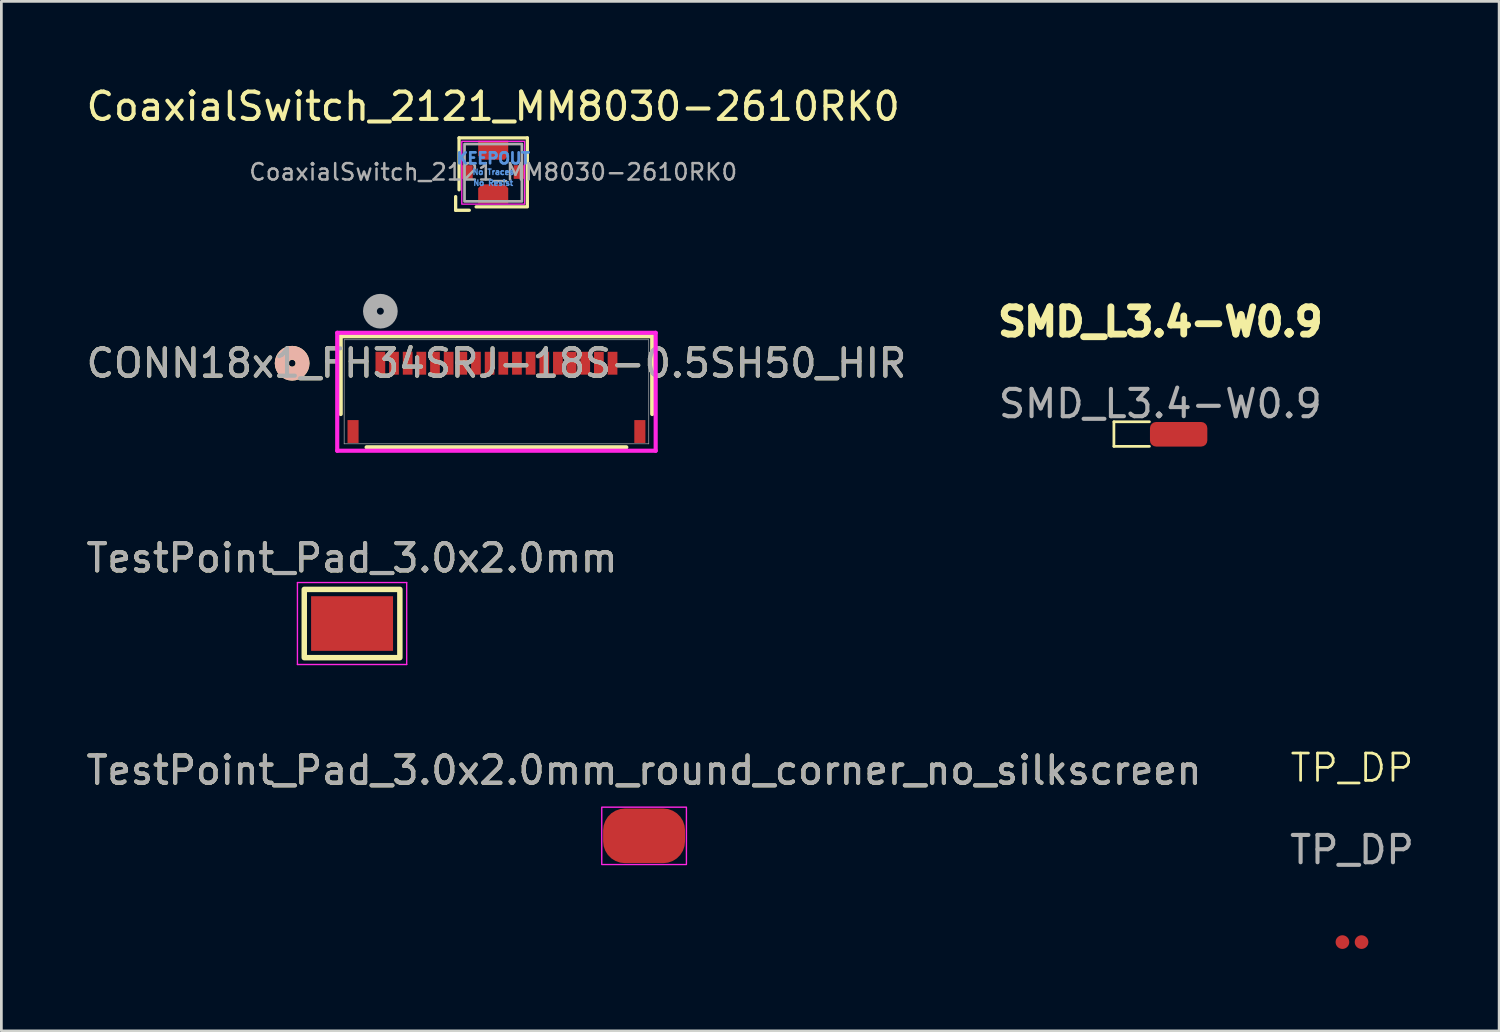
<source format=kicad_pcb>
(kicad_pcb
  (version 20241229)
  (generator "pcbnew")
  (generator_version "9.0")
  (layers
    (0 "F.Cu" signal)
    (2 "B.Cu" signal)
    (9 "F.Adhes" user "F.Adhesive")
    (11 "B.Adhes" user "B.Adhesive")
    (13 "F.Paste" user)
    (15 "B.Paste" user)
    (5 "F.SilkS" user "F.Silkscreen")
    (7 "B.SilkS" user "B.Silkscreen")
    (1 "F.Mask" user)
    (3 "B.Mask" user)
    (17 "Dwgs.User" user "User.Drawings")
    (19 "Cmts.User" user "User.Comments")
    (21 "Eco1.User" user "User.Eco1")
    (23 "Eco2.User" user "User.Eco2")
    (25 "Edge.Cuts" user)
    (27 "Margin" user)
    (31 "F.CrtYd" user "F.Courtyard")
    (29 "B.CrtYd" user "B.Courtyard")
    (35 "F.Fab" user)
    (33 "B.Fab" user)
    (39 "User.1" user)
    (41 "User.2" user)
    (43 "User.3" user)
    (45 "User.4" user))
  (footprint "SMD_L3.4-W0.9"
    (layer "F.Cu")
    (at 39.43 12.899)
    (property "Reference" "SMD_L3.4-W0.9" (at 0 -4.167 0) (unlocked yes) (layer "F.SilkS") (effects (font (size 1 1) (thickness 0.25))))
    (attr smd)
    (fp_line (start -1.7 -0.508) (end -1.7 0.392) (stroke (width 0.1) (type default)) (layer "F.SilkS"))
    (fp_line (start -1.7 -0.508) (end -0.4 -0.508) (stroke (width 0.1) (type default)) (layer "F.SilkS"))
    (fp_line (start -1.7 0.392) (end -0.4 0.392) (stroke (width 0.1) (type default)) (layer "F.SilkS"))
    (fp_text user "${REFERENCE}" (at 0 -1.167 0) (unlocked yes) (layer "F.Fab") (effects (font (size 1 1) (thickness 0.15))))
    (pad "1" smd roundrect (at 0.67 -0.05) (size 2.1 0.9) (layers "F.Cu" "F.Mask" "F.Paste") (roundrect_rratio 0.25)))
  (footprint "CONN18x1_FH34SRJ-18S-0.5SH50_HIR"
    (layer "F.Cu")
    (at 15.125 11.293)
    (property "Reference" "CONN18x1_FH34SRJ-18S-0.5SH50_HIR" (at 0 -1.045 0) (unlocked yes) (layer "F.SilkS") (effects (font (size 1 1) (thickness 0.15))))
    (attr smd)
    (fp_line (start -5.702 -2.032) (end -5.702 0.815) (stroke (width 0.152) (type solid)) (layer "F.SilkS"))
    (fp_line (start -4.754 2.032) (end 4.754 2.032) (stroke (width 0.152) (type solid)) (layer "F.SilkS"))
    (fp_line (start 5.702 -2.032) (end -5.702 -2.032) (stroke (width 0.152) (type solid)) (layer "F.SilkS"))
    (fp_line (start 5.702 0.815) (end 5.702 -2.032) (stroke (width 0.152) (type solid)) (layer "F.SilkS"))
    (fp_circle (center -7.48 -1.045) (end -7.099 -1.045) (stroke (width 0.508) (type solid)) (fill no) (layer "F.SilkS"))
    (fp_circle (center -7.48 -1.045) (end -7.099 -1.045) (stroke (width 0.508) (type solid)) (fill no) (layer "B.SilkS"))
    (fp_line (start -5.829 -2.159) (end -5.829 2.159) (stroke (width 0.152) (type solid)) (layer "F.CrtYd"))
    (fp_line (start -5.829 2.159) (end 5.829 2.159) (stroke (width 0.152) (type solid)) (layer "F.CrtYd"))
    (fp_line (start 5.829 -2.159) (end -5.829 -2.159) (stroke (width 0.152) (type solid)) (layer "F.CrtYd"))
    (fp_line (start 5.829 2.159) (end 5.829 -2.159) (stroke (width 0.152) (type solid)) (layer "F.CrtYd"))
    (fp_line (start -5.575 -1.905) (end -5.575 1.905) (stroke (width 0.025) (type solid)) (layer "F.Fab"))
    (fp_line (start -5.575 1.905) (end 5.575 1.905) (stroke (width 0.025) (type solid)) (layer "F.Fab"))
    (fp_line (start 5.575 -1.905) (end -5.575 -1.905) (stroke (width 0.025) (type solid)) (layer "F.Fab"))
    (fp_line (start 5.575 1.905) (end 5.575 -1.905) (stroke (width 0.025) (type solid)) (layer "F.Fab"))
    (fp_circle (center -4.25 -2.95) (end -3.869 -2.95) (stroke (width 0.508) (type solid)) (fill no) (layer "F.Fab"))
    (fp_text user "${REFERENCE}" (at 0 -1.045 0) (unlocked yes) (layer "F.Fab") (effects (font (size 1 1) (thickness 0.15))))
    (pad "1" smd rect (at -4.25 -1.045) (size 0.356 0.838) (layers "F.Cu" "F.Mask" "F.Paste"))
    (pad "2" smd rect (at -3.75 -1.045) (size 0.356 0.838) (layers "F.Cu" "F.Mask" "F.Paste"))
    (pad "3" smd rect (at -3.25 -1.045) (size 0.356 0.838) (layers "F.Cu" "F.Mask" "F.Paste"))
    (pad "4" smd rect (at -2.75 -1.045) (size 0.356 0.838) (layers "F.Cu" "F.Mask" "F.Paste"))
    (pad "5" smd rect (at -2.25 -1.045) (size 0.356 0.838) (layers "F.Cu" "F.Mask" "F.Paste"))
    (pad "6" smd rect (at -1.75 -1.045) (size 0.356 0.838) (layers "F.Cu" "F.Mask" "F.Paste"))
    (pad "7" smd rect (at -1.25 -1.045) (size 0.356 0.838) (layers "F.Cu" "F.Mask" "F.Paste"))
    (pad "8" smd rect (at -0.75 -1.045) (size 0.356 0.838) (layers "F.Cu" "F.Mask" "F.Paste"))
    (pad "9" smd rect (at -0.25 -1.045) (size 0.356 0.838) (layers "F.Cu" "F.Mask" "F.Paste"))
    (pad "10" smd rect (at 0.25 -1.045) (size 0.356 0.838) (layers "F.Cu" "F.Mask" "F.Paste"))
    (pad "11" smd rect (at 0.75 -1.045) (size 0.356 0.838) (layers "F.Cu" "F.Mask" "F.Paste"))
    (pad "12" smd rect (at 1.25 -1.045) (size 0.356 0.838) (layers "F.Cu" "F.Mask" "F.Paste"))
    (pad "13" smd rect (at 1.75 -1.045) (size 0.356 0.838) (layers "F.Cu" "F.Mask" "F.Paste"))
    (pad "14" smd rect (at 2.25 -1.045) (size 0.356 0.838) (layers "F.Cu" "F.Mask" "F.Paste"))
    (pad "15" smd rect (at 2.75 -1.045) (size 0.356 0.838) (layers "F.Cu" "F.Mask" "F.Paste"))
    (pad "16" smd rect (at 3.25 -1.045) (size 0.356 0.838) (layers "F.Cu" "F.Mask" "F.Paste"))
    (pad "17" smd rect (at 3.75 -1.045) (size 0.356 0.838) (layers "F.Cu" "F.Mask" "F.Paste"))
    (pad "18" smd rect (at 4.25 -1.045) (size 0.356 0.838) (layers "F.Cu" "F.Mask" "F.Paste"))
    (pad "19" smd rect (at -5.25 1.455) (size 0.406 0.838) (layers "F.Cu" "F.Mask" "F.Paste"))
    (pad "20" smd rect (at 5.25 1.455) (size 0.406 0.838) (layers "F.Cu" "F.Mask" "F.Paste")))
  (footprint "TestPoint_Pad_3.0x2.0mm_round_corner_no_silkscreen"
    (layer "F.Cu")
    (at 20.53 27.55)
    (property "Reference" "TestPoint_Pad_3.0x2.0mm_round_corner_no_silkscreen" (at 0 -2.398 0) (layer "F.SilkS") (effects (font (size 1 1) (thickness 0.15))))
    (attr exclude_from_pos_files exclude_from_bom)
    (fp_rect (start -1.55 -1.05) (end 1.55 1.05) (stroke (width 0.05) (type default)) (fill no) (layer "F.CrtYd"))
    (fp_text user "${REFERENCE}" (at 0 -2.4 0) (layer "F.Fab") (effects (font (size 1 1) (thickness 0.15))))
    (pad "1" smd roundrect (at 0 0) (size 3 2) (layers "F.Cu" "F.Mask") (roundrect_rratio 0.4)))
  (footprint "TestPoint_Pad_3.0x2.0mm"
    (layer "F.Cu")
    (at 9.839 19.777)
    (property "Reference" "TestPoint_Pad_3.0x2.0mm" (at 0 -2.398 0) (layer "F.SilkS") (effects (font (size 1 1) (thickness 0.15))))
    (attr exclude_from_pos_files exclude_from_bom)
    (fp_rect (start -1.75 -1.25) (end 1.75 1.25) (stroke (width 0.2) (type default)) (fill no) (layer "F.SilkS"))
    (fp_line (start -2 -1.5) (end -2 1.5) (stroke (width 0.05) (type solid)) (layer "F.CrtYd"))
    (fp_line (start -2 -1.5) (end 2 -1.5) (stroke (width 0.05) (type solid)) (layer "F.CrtYd"))
    (fp_line (start 2 1.5) (end -2 1.5) (stroke (width 0.05) (type solid)) (layer "F.CrtYd"))
    (fp_line (start 2 1.5) (end 2 -1.5) (stroke (width 0.05) (type solid)) (layer "F.CrtYd"))
    (fp_text user "${REFERENCE}" (at 0 -2.4 0) (layer "F.Fab") (effects (font (size 1 1) (thickness 0.15))))
    (pad "1" smd rect (at 0 0) (size 3 2) (layers "F.Cu" "F.Mask")))
  (footprint "CoaxialSwitch_2121_MM8030-2610RK0"
    (layer "F.Cu")
    (at 15.006 3.248)
    (property "Reference" "CoaxialSwitch_2121_MM8030-2610RK0" (at 0 -2.4 180) (layer "F.SilkS") (effects (font (size 1 1) (thickness 0.15))))
    (attr smd)
    (fp_line (start -1.375 0.9) (end -1.375 1.4) (stroke (width 0.12) (type solid)) (layer "F.SilkS"))
    (fp_line (start -1.375 1.4) (end -0.875 1.4) (stroke (width 0.12) (type solid)) (layer "F.SilkS"))
    (fp_line (start -1.25 -1.25) (end -1.25 0.65) (stroke (width 0.12) (type solid)) (layer "F.SilkS"))
    (fp_line (start -1.25 -1.25) (end 1.25 -1.25) (stroke (width 0.12) (type solid)) (layer "F.SilkS"))
    (fp_line (start 1.25 -1.25) (end 1.25 1.25) (stroke (width 0.12) (type solid)) (layer "F.SilkS"))
    (fp_line (start 1.25 1.275) (end -0.625 1.275) (stroke (width 0.12) (type solid)) (layer "F.SilkS"))
    (fp_rect (start -1.15 -1.125) (end 1.15 1.175) (stroke (width 0.05) (type default)) (fill no) (layer "F.CrtYd"))
    (fp_rect (start -1.05 -1.025) (end 1.05 1.075) (stroke (width 0.1) (type default)) (fill no) (layer "F.Fab"))
    (fp_text user "No Resist" (at 0 0.4 0) (layer "Cmts.User") (effects (font (size 0.2 0.2) (thickness 0.05))))
    (fp_text user "KEEPOUT" (at 0 -0.5 0) (layer "Cmts.User") (effects (font (size 0.4 0.4) (thickness 0.1))))
    (fp_text user "No Traces" (at 0 0 0) (layer "Cmts.User") (effects (font (size 0.2 0.2) (thickness 0.05))))
    (fp_text user "${REFERENCE}" (at 0 0 0) (layer "F.Fab") (effects (font (size 0.6 0.6) (thickness 0.09))))
    (pad "" smd rect (at -0.975 0 180) (size 0.35 0.4) (layers "F.Paste"))
    (pad "" smd rect (at 0 -0.9 180) (size 1 0.5) (layers "F.Paste"))
    (pad "" smd rect (at 0 0.9 180) (size 1 0.5) (layers "F.Paste"))
    (pad "" smd rect (at 0.975 0 180) (size 0.35 0.4) (layers "F.Paste"))
    (pad "GND" smd roundrect (at 0 -0.8) (size 1.1 0.7) (layers "F.Cu" "F.Mask") (roundrect_rratio 0) (chamfer_ratio 0.2) (chamfer bottom_left bottom_right))
    (pad "GND" smd roundrect (at 0 0.8 180) (size 1.1 0.7) (layers "F.Cu" "F.Mask") (roundrect_rratio 0) (chamfer_ratio 0.2) (chamfer bottom_left bottom_right))
    (pad "IN" smd rect (at -0.95 0 90) (size 0.5 0.4) (layers "F.Cu" "F.Mask"))
    (pad "OUT" smd rect (at 0.95 0 270) (size 0.5 0.4) (layers "F.Cu" "F.Mask"))
    (zone (net_name "") (layer "F.Cu") (hatch edge 0.5) (connect_pads) (min_thickness 0.25) (filled_areas_thickness no) (keepout (tracks not_allowed) (vias not_allowed) (pads not_allowed) (copperpour allowed) (footprints allowed)) (placement (enabled no)) (fill) (polygon (pts (xy 15.406 2.798) (xy 15.556 2.648) (xy 15.556 2.098) (xy 16.156 2.098) (xy 16.156 2.998) (xy 15.756 2.998) (xy 15.756 3.498) (xy 16.156 3.498) (xy 16.156 4.398) (xy 15.556 4.398) (xy 15.556 3.848) (xy 15.406 3.698) (xy 14.606 3.698) (xy 14.456 3.848) (xy 14.456 4.398) (xy 13.856 4.398) (xy 13.856 3.498) (xy 14.256 3.498) (xy 14.256 2.998) (xy 13.856 2.998) (xy 13.856 2.098) (xy 14.456 2.098) (xy 14.456 2.648) (xy 14.606 2.798)))))
  (footprint "TP_DP"
    (layer "F.Cu")
    (at 46.446 31.44)
    (property "Reference" "TP_DP" (at 0 -6.378 0) (unlocked yes) (layer "F.SilkS") (effects (font (size 1 1) (thickness 0.1))))
    (attr smd)
    (fp_text user "${REFERENCE}" (at 0 -3.378 0) (unlocked yes) (layer "F.Fab") (effects (font (size 1 1) (thickness 0.15))))
    (pad "1" smd circle (at -0.35 0) (size 0.5 0.5) (layers "F.Cu" "F.Mask"))
    (pad "2" smd circle (at 0.35 0) (size 0.5 0.5) (layers "F.Cu" "F.Mask")))
  (gr_rect
    (start -3 -3)
    (end 51.833 34.69)
    (stroke (width 0.1) (type default))
    (fill no)
    (layer "Edge.Cuts")))
</source>
